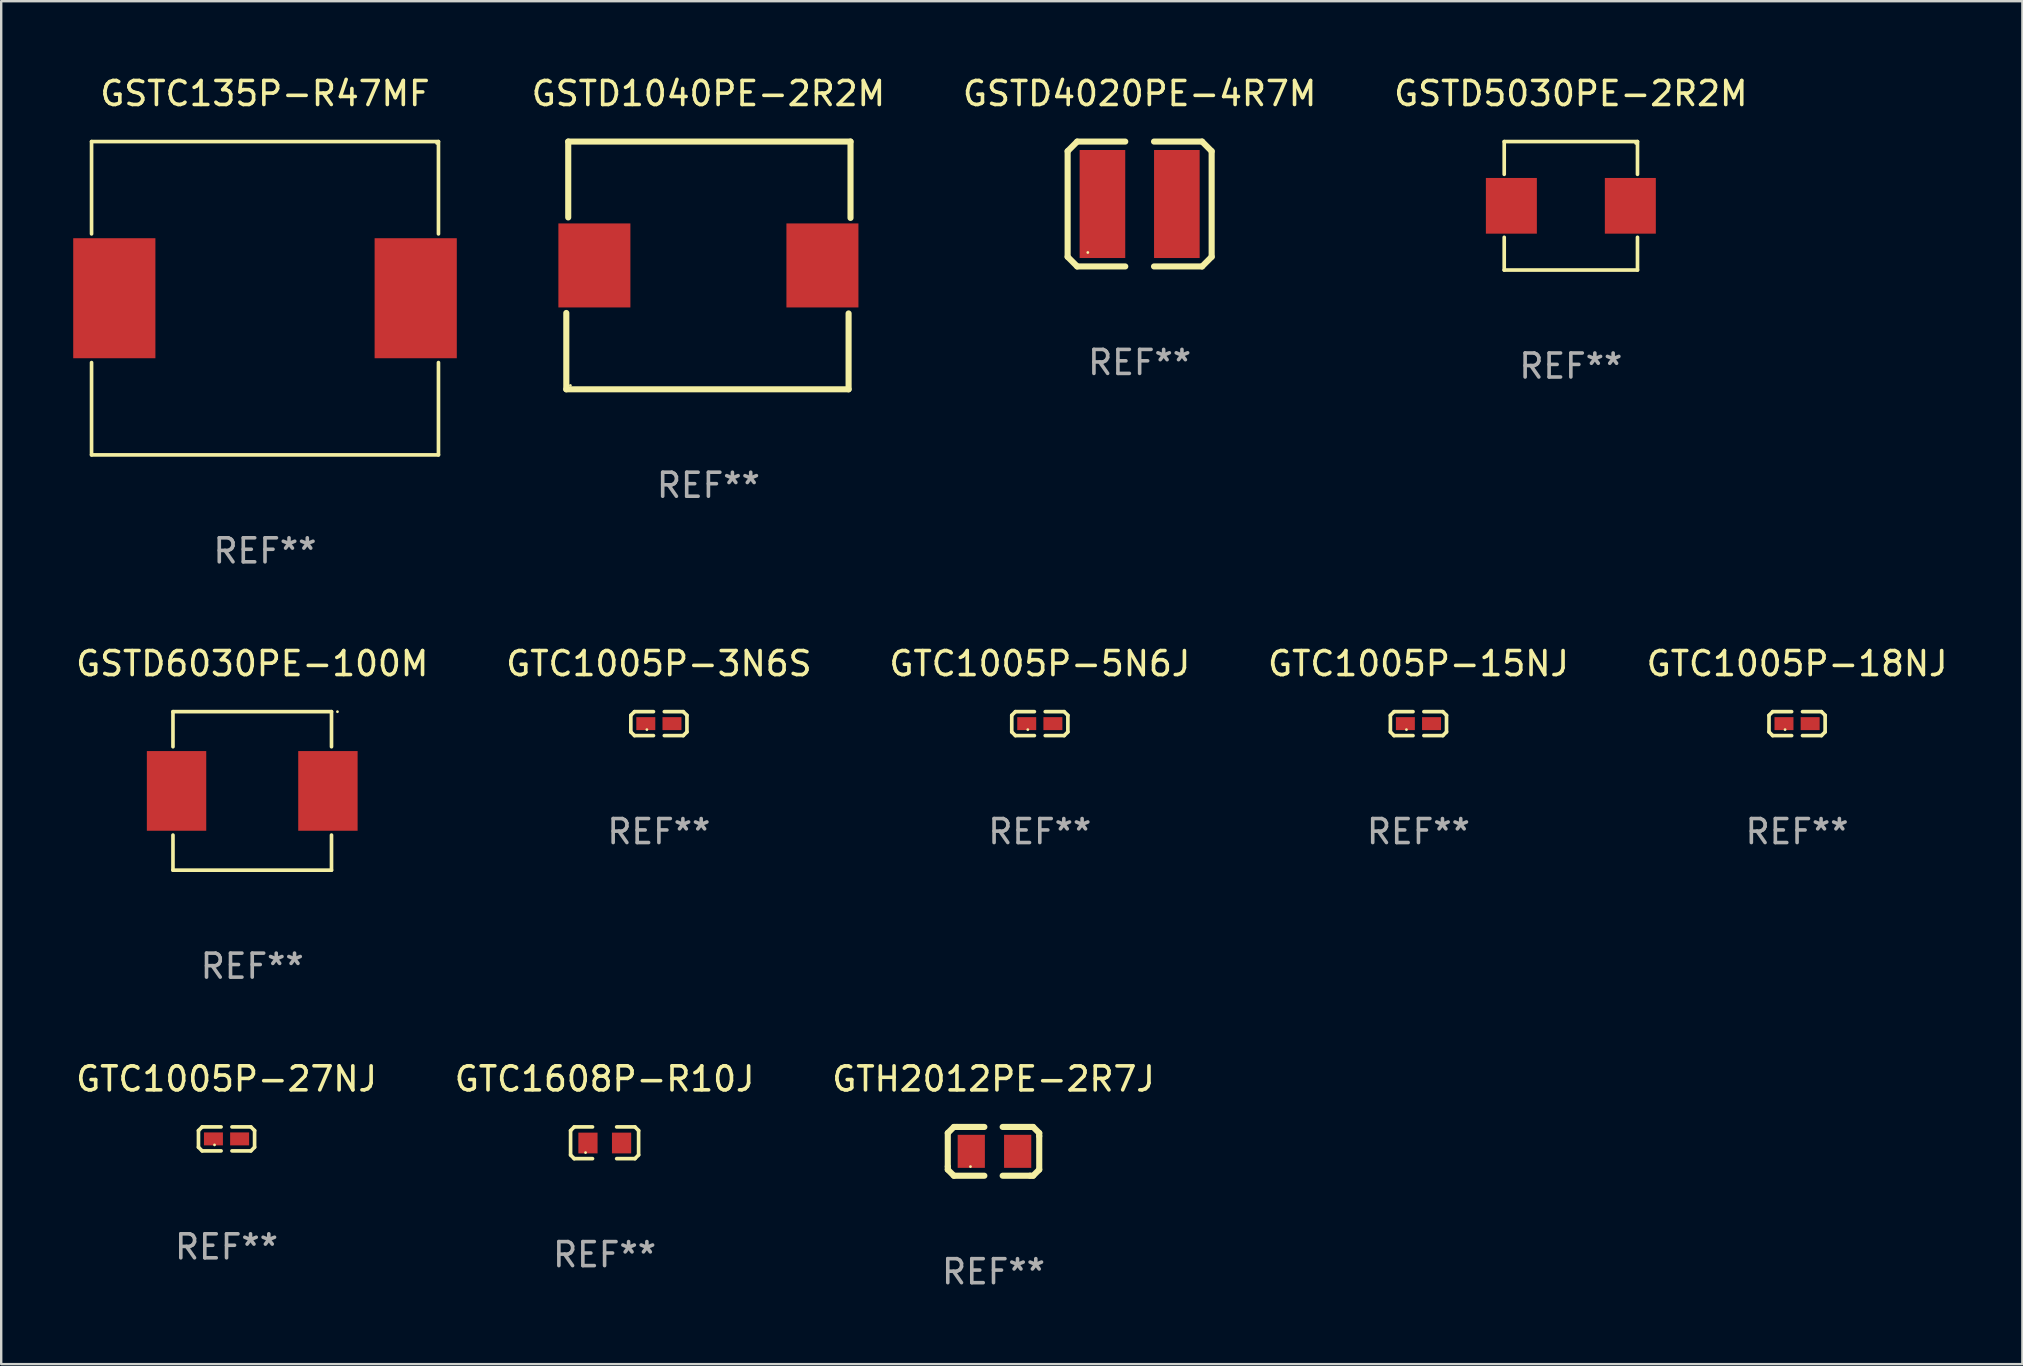
<source format=kicad_pcb>
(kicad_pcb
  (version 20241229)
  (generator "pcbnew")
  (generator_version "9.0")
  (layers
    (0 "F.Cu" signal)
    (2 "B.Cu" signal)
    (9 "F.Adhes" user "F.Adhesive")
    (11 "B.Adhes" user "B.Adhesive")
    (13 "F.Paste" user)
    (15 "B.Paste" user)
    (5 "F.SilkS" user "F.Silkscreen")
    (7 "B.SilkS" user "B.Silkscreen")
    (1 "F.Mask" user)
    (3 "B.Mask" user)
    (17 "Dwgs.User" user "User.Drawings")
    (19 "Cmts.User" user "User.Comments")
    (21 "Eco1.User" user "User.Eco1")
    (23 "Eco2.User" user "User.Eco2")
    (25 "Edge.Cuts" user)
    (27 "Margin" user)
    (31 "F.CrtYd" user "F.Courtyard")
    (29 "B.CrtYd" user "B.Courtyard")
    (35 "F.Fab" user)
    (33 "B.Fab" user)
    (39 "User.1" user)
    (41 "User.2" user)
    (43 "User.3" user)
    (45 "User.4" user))
  (footprint "GSTC135P-R47MF"
    (layer "F.Cu")
    (at 7.99 9.374)
    (property "Reference" "GSTC135P-R47MF" (at 0 -8.526 0) (layer "F.SilkS") (effects (font (size 1 1) (thickness 0.15))))
    (attr through_hole)
    (fp_line (start -7.226 -6.526) (end 7.226 -6.526) (stroke (width 0.152) (type solid)) (layer "F.SilkS"))
    (fp_line (start -7.226 -2.68) (end -7.226 -6.526) (stroke (width 0.152) (type solid)) (layer "F.SilkS"))
    (fp_line (start -7.226 6.526) (end -7.226 2.68) (stroke (width 0.152) (type solid)) (layer "F.SilkS"))
    (fp_line (start -7.226 6.526) (end 7.226 6.526) (stroke (width 0.152) (type solid)) (layer "F.SilkS"))
    (fp_line (start 7.226 -6.526) (end 7.226 -2.68) (stroke (width 0.152) (type solid)) (layer "F.SilkS"))
    (fp_line (start 7.226 2.68) (end 7.226 6.526) (stroke (width 0.152) (type solid)) (layer "F.SilkS"))
    (fp_circle (center 7.15 -6.45) (end 7.18 -6.45) (stroke (width 0.06) (type solid)) (fill no) (layer "F.SilkS"))
    (fp_text user "REF**" (at 0 10.526 0) (layer "F.Fab") (effects (font (size 1 1) (thickness 0.15))))
    (pad "1" smd rect (at 6.278 0) (size 3.424 5) (layers "F.Cu" "F.Mask" "F.Paste"))
    (pad "2" smd rect (at -6.278 0) (size 3.424 5) (layers "F.Cu" "F.Mask" "F.Paste")))
  (footprint "GSTD5030PE-2R2M"
    (layer "F.Cu")
    (at 62.391 5.524)
    (property "Reference" "GSTD5030PE-2R2M" (at 0 -4.676 0) (layer "F.SilkS") (effects (font (size 1 1) (thickness 0.15))))
    (attr through_hole)
    (fp_line (start -2.776 -2.676) (end 2.776 -2.676) (stroke (width 0.152) (type solid)) (layer "F.SilkS"))
    (fp_line (start -2.776 -1.312) (end -2.776 -2.676) (stroke (width 0.152) (type solid)) (layer "F.SilkS"))
    (fp_line (start -2.776 1.312) (end -2.776 2.676) (stroke (width 0.152) (type solid)) (layer "F.SilkS"))
    (fp_line (start -2.776 2.676) (end 2.776 2.676) (stroke (width 0.152) (type solid)) (layer "F.SilkS"))
    (fp_line (start 2.776 -2.676) (end 2.776 -1.312) (stroke (width 0.152) (type solid)) (layer "F.SilkS"))
    (fp_line (start 2.776 2.676) (end 2.776 1.312) (stroke (width 0.152) (type solid)) (layer "F.SilkS"))
    (fp_circle (center 2.7 -2.6) (end 2.73 -2.6) (stroke (width 0.06) (type solid)) (fill no) (layer "F.SilkS"))
    (fp_text user "REF**" (at 0 6.676 0) (layer "F.Fab") (effects (font (size 1 1) (thickness 0.15))))
    (pad "1" smd rect (at 2.478 0) (size 2.124 2.32) (layers "F.Cu" "F.Mask" "F.Paste"))
    (pad "2" smd rect (at -2.478 0) (size 2.124 2.32) (layers "F.Cu" "F.Mask" "F.Paste")))
  (footprint "GTC1005P-27NJ"
    (layer "F.Cu")
    (at 6.387 44.396)
    (property "Reference" "GTC1005P-27NJ" (at 0 -2.499 0) (layer "F.SilkS") (effects (font (size 1 1) (thickness 0.15))))
    (attr through_hole)
    (fp_line (start -1.169 -0.346) (end -1.016 -0.499) (stroke (width 0.152) (type solid)) (layer "F.SilkS"))
    (fp_line (start -1.169 0.346) (end -1.169 -0.346) (stroke (width 0.152) (type solid)) (layer "F.SilkS"))
    (fp_line (start -1.016 -0.499) (end -0.226 -0.499) (stroke (width 0.152) (type solid)) (layer "F.SilkS"))
    (fp_line (start -1.016 0.499) (end -1.169 0.346) (stroke (width 0.152) (type solid)) (layer "F.SilkS"))
    (fp_line (start -0.226 0.499) (end -1.016 0.499) (stroke (width 0.152) (type solid)) (layer "F.SilkS"))
    (fp_line (start 0.226 0.499) (end 1.016 0.499) (stroke (width 0.152) (type solid)) (layer "F.SilkS"))
    (fp_line (start 1.016 -0.499) (end 0.226 -0.499) (stroke (width 0.152) (type solid)) (layer "F.SilkS"))
    (fp_line (start 1.016 0.499) (end 1.169 0.346) (stroke (width 0.152) (type solid)) (layer "F.SilkS"))
    (fp_line (start 1.169 -0.346) (end 1.016 -0.499) (stroke (width 0.152) (type solid)) (layer "F.SilkS"))
    (fp_line (start 1.169 0.346) (end 1.169 -0.346) (stroke (width 0.152) (type solid)) (layer "F.SilkS"))
    (fp_circle (center -0.5 0.25) (end -0.47 0.25) (stroke (width 0.06) (type solid)) (fill no) (layer "F.SilkS"))
    (fp_text user "REF**" (at 0 4.499 0) (layer "F.Fab") (effects (font (size 1 1) (thickness 0.15))))
    (pad "1" smd rect (at -0.545 0) (size 0.79 0.54) (layers "F.Cu" "F.Mask" "F.Paste"))
    (pad "2" smd rect (at 0.545 0) (size 0.79 0.54) (layers "F.Cu" "F.Mask" "F.Paste")))
  (footprint "GTH2012PE-2R7J"
    (layer "F.Cu")
    (at 38.339 44.914)
    (property "Reference" "GTH2012PE-2R7J" (at 0 -3.016 0) (layer "F.SilkS") (effects (font (size 1 1) (thickness 0.15))))
    (attr through_hole)
    (fp_line (start -1.905 -0.762) (end -1.905 0.635) (stroke (width 0.254) (type solid)) (layer "F.SilkS"))
    (fp_line (start -1.905 0.635) (end -1.905 0.762) (stroke (width 0.254) (type solid)) (layer "F.SilkS"))
    (fp_line (start -1.905 0.762) (end -1.651 1.016) (stroke (width 0.254) (type solid)) (layer "F.SilkS"))
    (fp_line (start -1.651 -1.016) (end -1.905 -0.762) (stroke (width 0.254) (type solid)) (layer "F.SilkS"))
    (fp_line (start -1.651 1.016) (end -0.381 1.016) (stroke (width 0.254) (type solid)) (layer "F.SilkS"))
    (fp_line (start -1.524 -1.016) (end -1.651 -1.016) (stroke (width 0.254) (type solid)) (layer "F.SilkS"))
    (fp_line (start -0.381 -1.016) (end -1.524 -1.016) (stroke (width 0.254) (type solid)) (layer "F.SilkS"))
    (fp_line (start 0.381 1.016) (end 1.524 1.016) (stroke (width 0.254) (type solid)) (layer "F.SilkS"))
    (fp_line (start 1.524 1.016) (end 1.651 1.016) (stroke (width 0.254) (type solid)) (layer "F.SilkS"))
    (fp_line (start 1.651 -1.016) (end 0.381 -1.016) (stroke (width 0.254) (type solid)) (layer "F.SilkS"))
    (fp_line (start 1.651 1.016) (end 1.905 0.762) (stroke (width 0.254) (type solid)) (layer "F.SilkS"))
    (fp_line (start 1.905 -0.762) (end 1.651 -1.016) (stroke (width 0.254) (type solid)) (layer "F.SilkS"))
    (fp_line (start 1.905 -0.635) (end 1.905 -0.762) (stroke (width 0.254) (type solid)) (layer "F.SilkS"))
    (fp_line (start 1.905 0.762) (end 1.905 -0.635) (stroke (width 0.254) (type solid)) (layer "F.SilkS"))
    (fp_circle (center -0.96 0.637) (end -0.93 0.637) (stroke (width 0.06) (type solid)) (fill no) (layer "F.SilkS"))
    (fp_text user "REF**" (at 0 5.016 0) (layer "F.Fab") (effects (font (size 1 1) (thickness 0.15))))
    (pad "1" smd rect (at -0.926 -0.000051) (size 1.133 1.377) (layers "F.Cu" "F.Mask" "F.Paste"))
    (pad "2" smd rect (at 1.006 -0.000051) (size 1.133 1.377) (layers "F.Cu" "F.Mask" "F.Paste")))
  (footprint "GTC1005P-5N6J"
    (layer "F.Cu")
    (at 40.268 27.096)
    (property "Reference" "GTC1005P-5N6J" (at 0 -2.499 0) (layer "F.SilkS") (effects (font (size 1 1) (thickness 0.15))))
    (attr through_hole)
    (fp_line (start -1.169 -0.346) (end -1.016 -0.499) (stroke (width 0.152) (type solid)) (layer "F.SilkS"))
    (fp_line (start -1.169 0.346) (end -1.169 -0.346) (stroke (width 0.152) (type solid)) (layer "F.SilkS"))
    (fp_line (start -1.016 -0.499) (end -0.226 -0.499) (stroke (width 0.152) (type solid)) (layer "F.SilkS"))
    (fp_line (start -1.016 0.499) (end -1.169 0.346) (stroke (width 0.152) (type solid)) (layer "F.SilkS"))
    (fp_line (start -0.226 0.499) (end -1.016 0.499) (stroke (width 0.152) (type solid)) (layer "F.SilkS"))
    (fp_line (start 0.226 0.499) (end 1.016 0.499) (stroke (width 0.152) (type solid)) (layer "F.SilkS"))
    (fp_line (start 1.016 -0.499) (end 0.226 -0.499) (stroke (width 0.152) (type solid)) (layer "F.SilkS"))
    (fp_line (start 1.016 0.499) (end 1.169 0.346) (stroke (width 0.152) (type solid)) (layer "F.SilkS"))
    (fp_line (start 1.169 -0.346) (end 1.016 -0.499) (stroke (width 0.152) (type solid)) (layer "F.SilkS"))
    (fp_line (start 1.169 0.346) (end 1.169 -0.346) (stroke (width 0.152) (type solid)) (layer "F.SilkS"))
    (fp_circle (center -0.5 0.25) (end -0.47 0.25) (stroke (width 0.06) (type solid)) (fill no) (layer "F.SilkS"))
    (fp_text user "REF**" (at 0 4.499 0) (layer "F.Fab") (effects (font (size 1 1) (thickness 0.15))))
    (pad "1" smd rect (at -0.545 0) (size 0.79 0.54) (layers "F.Cu" "F.Mask" "F.Paste"))
    (pad "2" smd rect (at 0.545 0) (size 0.79 0.54) (layers "F.Cu" "F.Mask" "F.Paste")))
  (footprint "GTC1005P-3N6S"
    (layer "F.Cu")
    (at 24.399 27.096)
    (property "Reference" "GTC1005P-3N6S" (at 0 -2.499 0) (layer "F.SilkS") (effects (font (size 1 1) (thickness 0.15))))
    (attr through_hole)
    (fp_line (start -1.169 -0.346) (end -1.016 -0.499) (stroke (width 0.152) (type solid)) (layer "F.SilkS"))
    (fp_line (start -1.169 0.346) (end -1.169 -0.346) (stroke (width 0.152) (type solid)) (layer "F.SilkS"))
    (fp_line (start -1.016 -0.499) (end -0.226 -0.499) (stroke (width 0.152) (type solid)) (layer "F.SilkS"))
    (fp_line (start -1.016 0.499) (end -1.169 0.346) (stroke (width 0.152) (type solid)) (layer "F.SilkS"))
    (fp_line (start -0.226 0.499) (end -1.016 0.499) (stroke (width 0.152) (type solid)) (layer "F.SilkS"))
    (fp_line (start 0.226 0.499) (end 1.016 0.499) (stroke (width 0.152) (type solid)) (layer "F.SilkS"))
    (fp_line (start 1.016 -0.499) (end 0.226 -0.499) (stroke (width 0.152) (type solid)) (layer "F.SilkS"))
    (fp_line (start 1.016 0.499) (end 1.169 0.346) (stroke (width 0.152) (type solid)) (layer "F.SilkS"))
    (fp_line (start 1.169 -0.346) (end 1.016 -0.499) (stroke (width 0.152) (type solid)) (layer "F.SilkS"))
    (fp_line (start 1.169 0.346) (end 1.169 -0.346) (stroke (width 0.152) (type solid)) (layer "F.SilkS"))
    (fp_circle (center -0.5 0.25) (end -0.47 0.25) (stroke (width 0.06) (type solid)) (fill no) (layer "F.SilkS"))
    (fp_text user "REF**" (at 0 4.499 0) (layer "F.Fab") (effects (font (size 1 1) (thickness 0.15))))
    (pad "1" smd rect (at -0.545 0) (size 0.79 0.54) (layers "F.Cu" "F.Mask" "F.Paste"))
    (pad "2" smd rect (at 0.545 0) (size 0.79 0.54) (layers "F.Cu" "F.Mask" "F.Paste")))
  (footprint "GTC1005P-18NJ"
    (layer "F.Cu")
    (at 71.815 27.096)
    (property "Reference" "GTC1005P-18NJ" (at 0 -2.499 0) (layer "F.SilkS") (effects (font (size 1 1) (thickness 0.15))))
    (attr through_hole)
    (fp_line (start -1.169 -0.346) (end -1.016 -0.499) (stroke (width 0.152) (type solid)) (layer "F.SilkS"))
    (fp_line (start -1.169 0.346) (end -1.169 -0.346) (stroke (width 0.152) (type solid)) (layer "F.SilkS"))
    (fp_line (start -1.016 -0.499) (end -0.226 -0.499) (stroke (width 0.152) (type solid)) (layer "F.SilkS"))
    (fp_line (start -1.016 0.499) (end -1.169 0.346) (stroke (width 0.152) (type solid)) (layer "F.SilkS"))
    (fp_line (start -0.226 0.499) (end -1.016 0.499) (stroke (width 0.152) (type solid)) (layer "F.SilkS"))
    (fp_line (start 0.226 0.499) (end 1.016 0.499) (stroke (width 0.152) (type solid)) (layer "F.SilkS"))
    (fp_line (start 1.016 -0.499) (end 0.226 -0.499) (stroke (width 0.152) (type solid)) (layer "F.SilkS"))
    (fp_line (start 1.016 0.499) (end 1.169 0.346) (stroke (width 0.152) (type solid)) (layer "F.SilkS"))
    (fp_line (start 1.169 -0.346) (end 1.016 -0.499) (stroke (width 0.152) (type solid)) (layer "F.SilkS"))
    (fp_line (start 1.169 0.346) (end 1.169 -0.346) (stroke (width 0.152) (type solid)) (layer "F.SilkS"))
    (fp_circle (center -0.5 0.25) (end -0.47 0.25) (stroke (width 0.06) (type solid)) (fill no) (layer "F.SilkS"))
    (fp_text user "REF**" (at 0 4.499 0) (layer "F.Fab") (effects (font (size 1 1) (thickness 0.15))))
    (pad "1" smd rect (at -0.545 0) (size 0.79 0.54) (layers "F.Cu" "F.Mask" "F.Paste"))
    (pad "2" smd rect (at 0.545 0) (size 0.79 0.54) (layers "F.Cu" "F.Mask" "F.Paste")))
  (footprint "GSTD1040PE-2R2M"
    (layer "F.Cu")
    (at 26.462 8.008)
    (property "Reference" "GSTD1040PE-2R2M" (at 0 -7.16 0) (layer "F.SilkS") (effects (font (size 1 1) (thickness 0.15))))
    (attr through_hole)
    (fp_line (start -5.92 5.16) (end -5.92 1.98) (stroke (width 0.254) (type solid)) (layer "F.SilkS"))
    (fp_line (start -5.84 -5.16) (end 5.92 -5.16) (stroke (width 0.254) (type solid)) (layer "F.SilkS"))
    (fp_line (start -5.84 -2) (end -5.84 -5.16) (stroke (width 0.254) (type solid)) (layer "F.SilkS"))
    (fp_line (start 5.84 2) (end 5.84 5.16) (stroke (width 0.254) (type solid)) (layer "F.SilkS"))
    (fp_line (start 5.84 5.16) (end -5.92 5.16) (stroke (width 0.254) (type solid)) (layer "F.SilkS"))
    (fp_line (start 5.92 -5.16) (end 5.92 -1.98) (stroke (width 0.254) (type solid)) (layer "F.SilkS"))
    (fp_circle (center -5.75 5) (end -5.72 5) (stroke (width 0.06) (type solid)) (fill no) (layer "F.SilkS"))
    (fp_text user "REF**" (at 0 9.16 0) (layer "F.Fab") (effects (font (size 1 1) (thickness 0.15))))
    (pad "1" smd rect (at -4.75 0) (size 3 3.5) (layers "F.Cu" "F.Mask" "F.Paste"))
    (pad "2" smd rect (at 4.75 0) (size 3 3.5) (layers "F.Cu" "F.Mask" "F.Paste")))
  (footprint "GTC1608P-R10J"
    (layer "F.Cu")
    (at 22.137 44.558)
    (property "Reference" "GTC1608P-R10J" (at 0 -2.661 0) (layer "F.SilkS") (effects (font (size 1 1) (thickness 0.15))))
    (attr through_hole)
    (fp_line (start -1.417 -0.508) (end -1.265 -0.661) (stroke (width 0.152) (type solid)) (layer "F.SilkS"))
    (fp_line (start -1.417 0.508) (end -1.417 -0.508) (stroke (width 0.152) (type solid)) (layer "F.SilkS"))
    (fp_line (start -1.265 -0.661) (end -0.503 -0.661) (stroke (width 0.152) (type solid)) (layer "F.SilkS"))
    (fp_line (start -1.265 0.661) (end -1.417 0.508) (stroke (width 0.152) (type solid)) (layer "F.SilkS"))
    (fp_line (start -1.265 0.661) (end -0.503 0.661) (stroke (width 0.152) (type solid)) (layer "F.SilkS"))
    (fp_line (start 1.265 -0.661) (end 0.503 -0.661) (stroke (width 0.152) (type solid)) (layer "F.SilkS"))
    (fp_line (start 1.265 -0.661) (end 1.417 -0.508) (stroke (width 0.152) (type solid)) (layer "F.SilkS"))
    (fp_line (start 1.265 0.661) (end 0.503 0.661) (stroke (width 0.152) (type solid)) (layer "F.SilkS"))
    (fp_line (start 1.417 -0.508) (end 1.417 0.508) (stroke (width 0.152) (type solid)) (layer "F.SilkS"))
    (fp_line (start 1.417 0.508) (end 1.265 0.661) (stroke (width 0.152) (type solid)) (layer "F.SilkS"))
    (fp_circle (center -0.793 0.409) (end -0.763 0.409) (stroke (width 0.06) (type solid)) (fill no) (layer "F.SilkS"))
    (fp_text user "REF**" (at 0 4.661 0) (layer "F.Fab") (effects (font (size 1 1) (thickness 0.15))))
    (pad "1" smd rect (at -0.693 0.009 180) (size 0.8 0.864) (layers "F.Cu" "F.Mask" "F.Paste"))
    (pad "2" smd rect (at 0.707 0.009 180) (size 0.8 0.864) (layers "F.Cu" "F.Mask" "F.Paste")))
  (footprint "GSTD6030PE-100M"
    (layer "F.Cu")
    (at 7.458 29.899)
    (property "Reference" "GSTD6030PE-100M" (at 0 -5.302 0) (layer "F.SilkS") (effects (font (size 1 1) (thickness 0.15))))
    (attr through_hole)
    (fp_line (start -3.302 -3.302) (end -3.302 -1.84) (stroke (width 0.152) (type solid)) (layer "F.SilkS"))
    (fp_line (start -3.302 1.84) (end -3.302 3.302) (stroke (width 0.152) (type solid)) (layer "F.SilkS"))
    (fp_line (start -3.302 3.302) (end 3.302 3.302) (stroke (width 0.152) (type solid)) (layer "F.SilkS"))
    (fp_line (start 3.302 -3.302) (end -3.302 -3.302) (stroke (width 0.152) (type solid)) (layer "F.SilkS"))
    (fp_line (start 3.302 -1.84) (end 3.302 -3.302) (stroke (width 0.152) (type solid)) (layer "F.SilkS"))
    (fp_line (start 3.302 3.302) (end 3.302 1.84) (stroke (width 0.152) (type solid)) (layer "F.SilkS"))
    (fp_circle (center 3.55 -3.3) (end 3.58 -3.3) (stroke (width 0.06) (type solid)) (fill no) (layer "F.SilkS"))
    (fp_text user "REF**" (at 0 7.302 0) (layer "F.Fab") (effects (font (size 1 1) (thickness 0.15))))
    (pad "1" smd rect (at 3.153 0) (size 2.474 3.32) (layers "F.Cu" "F.Mask" "F.Paste"))
    (pad "2" smd rect (at -3.153 0) (size 2.474 3.32) (layers "F.Cu" "F.Mask" "F.Paste")))
  (footprint "GTC1005P-15NJ"
    (layer "F.Cu")
    (at 56.042 27.096)
    (property "Reference" "GTC1005P-15NJ" (at 0 -2.499 0) (layer "F.SilkS") (effects (font (size 1 1) (thickness 0.15))))
    (attr through_hole)
    (fp_line (start -1.169 -0.346) (end -1.016 -0.499) (stroke (width 0.152) (type solid)) (layer "F.SilkS"))
    (fp_line (start -1.169 0.346) (end -1.169 -0.346) (stroke (width 0.152) (type solid)) (layer "F.SilkS"))
    (fp_line (start -1.016 -0.499) (end -0.226 -0.499) (stroke (width 0.152) (type solid)) (layer "F.SilkS"))
    (fp_line (start -1.016 0.499) (end -1.169 0.346) (stroke (width 0.152) (type solid)) (layer "F.SilkS"))
    (fp_line (start -0.226 0.499) (end -1.016 0.499) (stroke (width 0.152) (type solid)) (layer "F.SilkS"))
    (fp_line (start 0.226 0.499) (end 1.016 0.499) (stroke (width 0.152) (type solid)) (layer "F.SilkS"))
    (fp_line (start 1.016 -0.499) (end 0.226 -0.499) (stroke (width 0.152) (type solid)) (layer "F.SilkS"))
    (fp_line (start 1.016 0.499) (end 1.169 0.346) (stroke (width 0.152) (type solid)) (layer "F.SilkS"))
    (fp_line (start 1.169 -0.346) (end 1.016 -0.499) (stroke (width 0.152) (type solid)) (layer "F.SilkS"))
    (fp_line (start 1.169 0.346) (end 1.169 -0.346) (stroke (width 0.152) (type solid)) (layer "F.SilkS"))
    (fp_circle (center -0.5 0.25) (end -0.47 0.25) (stroke (width 0.06) (type solid)) (fill no) (layer "F.SilkS"))
    (fp_text user "REF**" (at 0 4.499 0) (layer "F.Fab") (effects (font (size 1 1) (thickness 0.15))))
    (pad "1" smd rect (at -0.545 0) (size 0.79 0.54) (layers "F.Cu" "F.Mask" "F.Paste"))
    (pad "2" smd rect (at 0.545 0) (size 0.79 0.54) (layers "F.Cu" "F.Mask" "F.Paste")))
  (footprint "GSTD4020PE-4R7M"
    (layer "F.Cu")
    (at 44.427 5.449)
    (property "Reference" "GSTD4020PE-4R7M" (at 0 -4.601 0) (layer "F.SilkS") (effects (font (size 1 1) (thickness 0.15))))
    (attr through_hole)
    (fp_line (start -3 -2.2) (end -2.601 -2.601) (stroke (width 0.254) (type solid)) (layer "F.SilkS"))
    (fp_line (start -3 2.2) (end -3 -2.2) (stroke (width 0.254) (type solid)) (layer "F.SilkS"))
    (fp_line (start -2.601 -2.601) (end -0.599 -2.601) (stroke (width 0.254) (type solid)) (layer "F.SilkS"))
    (fp_line (start -2.601 2.601) (end -3 2.2) (stroke (width 0.254) (type solid)) (layer "F.SilkS"))
    (fp_line (start -0.599 2.601) (end -2.601 2.601) (stroke (width 0.254) (type solid)) (layer "F.SilkS"))
    (fp_line (start 0.599 -2.601) (end 2.601 -2.601) (stroke (width 0.254) (type solid)) (layer "F.SilkS"))
    (fp_line (start 2.601 -2.601) (end 3 -2.2) (stroke (width 0.254) (type solid)) (layer "F.SilkS"))
    (fp_line (start 2.601 2.601) (end 0.599 2.601) (stroke (width 0.254) (type solid)) (layer "F.SilkS"))
    (fp_line (start 3 -2.2) (end 3 2.2) (stroke (width 0.254) (type solid)) (layer "F.SilkS"))
    (fp_line (start 3 2.2) (end 2.601 2.601) (stroke (width 0.254) (type solid)) (layer "F.SilkS"))
    (fp_circle (center -2.159 2.02) (end -2.129 2.02) (stroke (width 0.06) (type solid)) (fill no) (layer "F.SilkS"))
    (fp_text user "REF**" (at 0 6.601 0) (layer "F.Fab") (effects (font (size 1 1) (thickness 0.15))))
    (pad "1" smd rect (at -1.55 0) (size 1.9 4.5) (layers "F.Cu" "F.Mask" "F.Paste"))
    (pad "2" smd rect (at 1.55 0) (size 1.9 4.5) (layers "F.Cu" "F.Mask" "F.Paste")))
  (gr_rect
    (start -3 -3)
    (end 81.202 53.778)
    (stroke (width 0.1) (type default))
    (fill no)
    (layer "Edge.Cuts")))
</source>
